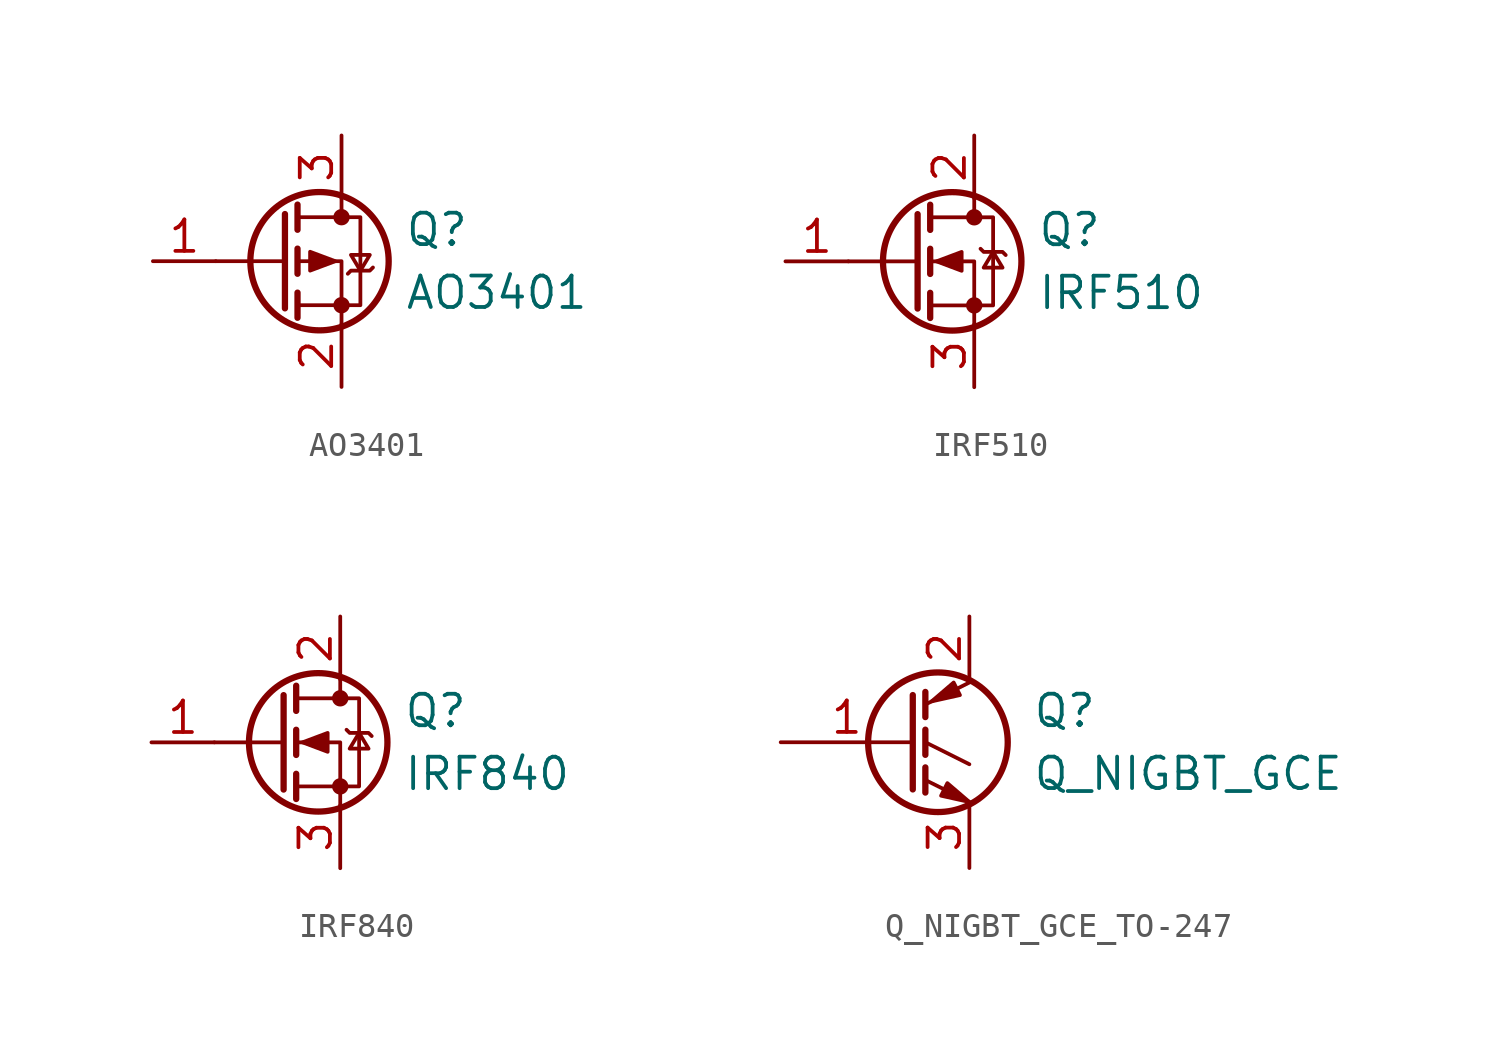
<source format=kicad_sym>
(kicad_symbol_lib
  (version 20220914)
  (generator kicad_symbol_editor)
  (symbol "AO3401"
    (pin_names
      (offset 0) hide)
    (property "Reference" "Q"
      (at 5.08 1.27 0)
      (effects (font (size 1.27 1.27)) (justify left)))
    (property "Value" "AO3401"
      (at 5.08 -1.27 0)
      (effects (font (size 1.27 1.27)) (justify left)))
    (symbol "AO3401_0_1"
      (polyline (pts (xy 0.254 0) (xy -2.54 0)) (stroke (width 0) (type default)) (fill (type none)))
      (polyline (pts (xy 0.254 1.905) (xy 0.254 -1.905)) (stroke (width 0.254) (type default)) (fill (type none)))
      (polyline (pts (xy 0.762 -1.27) (xy 0.762 -2.286)) (stroke (width 0.254) (type default)) (fill (type none)))
      (polyline (pts (xy 0.762 0.508) (xy 0.762 -0.508)) (stroke (width 0.254) (type default)) (fill (type none)))
      (polyline (pts (xy 0.762 2.286) (xy 0.762 1.27)) (stroke (width 0.254) (type default)) (fill (type none)))
      (polyline (pts (xy 2.54 2.54) (xy 2.54 1.778)) (stroke (width 0) (type default)) (fill (type none)))
      (polyline (pts (xy 2.54 -2.54) (xy 2.54 0) (xy 0.762 0)) (stroke (width 0) (type default)) (fill (type none)))
      (polyline (pts (xy 0.762 1.778) (xy 3.302 1.778) (xy 3.302 -1.778) (xy 0.762 -1.778)) (stroke (width 0) (type default)) (fill (type none)))
      (polyline (pts (xy 2.286 0) (xy 1.27 0.381) (xy 1.27 -0.381) (xy 2.286 0)) (stroke (width 0) (type default)) (fill (type outline)))
      (polyline (pts (xy 2.794 -0.508) (xy 2.921 -0.381) (xy 3.683 -0.381) (xy 3.81 -0.254)) (stroke (width 0) (type default)) (fill (type none)))
      (polyline (pts (xy 3.302 -0.381) (xy 2.921 0.254) (xy 3.683 0.254) (xy 3.302 -0.381)) (stroke (width 0) (type default)) (fill (type none)))
      (circle (center 1.651 0) (radius 2.794) (stroke (width 0.254) (type default)) (fill (type none)))
      (circle (center 2.54 -1.778) (radius 0.254) (stroke (width 0) (type default)) (fill (type outline)))
      (circle (center 2.54 1.778) (radius 0.254) (stroke (width 0) (type default)) (fill (type outline))))
    (symbol "AO3401_1_1"
      (pin input line (at -5.08 0 0) (length 2.54) (name "G" (effects (font (size 1.27 1.27)))) (number "1" (effects (font (size 1.27 1.27)))))
      (pin passive line (at 2.54 -5.08 90) (length 2.54) (name "S" (effects (font (size 1.27 1.27)))) (number "2" (effects (font (size 1.27 1.27)))))
      (pin passive line (at 2.54 5.08 270) (length 2.54) (name "D" (effects (font (size 1.27 1.27)))) (number "3" (effects (font (size 1.27 1.27)))))))
  (symbol "IRF510"
    (pin_names
      (offset 0) hide)
    (property "Reference" "Q"
      (at 5.08 1.27 0)
      (effects (font (size 1.27 1.27)) (justify left)))
    (property "Value" "IRF510"
      (at 5.08 -1.27 0)
      (effects (font (size 1.27 1.27)) (justify left)))
    (symbol "IRF510_0_1"
      (polyline (pts (xy 0.254 0) (xy -2.54 0)) (stroke (width 0) (type default)) (fill (type none)))
      (polyline (pts (xy 0.254 1.905) (xy 0.254 -1.905)) (stroke (width 0.254) (type default)) (fill (type none)))
      (polyline (pts (xy 0.762 -1.27) (xy 0.762 -2.286)) (stroke (width 0.254) (type default)) (fill (type none)))
      (polyline (pts (xy 0.762 0.508) (xy 0.762 -0.508)) (stroke (width 0.254) (type default)) (fill (type none)))
      (polyline (pts (xy 0.762 2.286) (xy 0.762 1.27)) (stroke (width 0.254) (type default)) (fill (type none)))
      (polyline (pts (xy 2.54 2.54) (xy 2.54 1.778)) (stroke (width 0) (type default)) (fill (type none)))
      (polyline (pts (xy 2.54 -2.54) (xy 2.54 0) (xy 0.762 0)) (stroke (width 0) (type default)) (fill (type none)))
      (polyline (pts (xy 0.762 -1.778) (xy 3.302 -1.778) (xy 3.302 1.778) (xy 0.762 1.778)) (stroke (width 0) (type default)) (fill (type none)))
      (polyline (pts (xy 1.016 0) (xy 2.032 0.381) (xy 2.032 -0.381) (xy 1.016 0)) (stroke (width 0) (type default)) (fill (type outline)))
      (polyline (pts (xy 2.794 0.508) (xy 2.921 0.381) (xy 3.683 0.381) (xy 3.81 0.254)) (stroke (width 0) (type default)) (fill (type none)))
      (polyline (pts (xy 3.302 0.381) (xy 2.921 -0.254) (xy 3.683 -0.254) (xy 3.302 0.381)) (stroke (width 0) (type default)) (fill (type none)))
      (circle (center 1.651 0) (radius 2.794) (stroke (width 0.254) (type default)) (fill (type none)))
      (circle (center 2.54 -1.778) (radius 0.254) (stroke (width 0) (type default)) (fill (type outline)))
      (circle (center 2.54 1.778) (radius 0.254) (stroke (width 0) (type default)) (fill (type outline))))
    (symbol "IRF510_1_1"
      (pin input line (at -5.08 0 0) (length 2.54) (name "G" (effects (font (size 1.27 1.27)))) (number "1" (effects (font (size 1.27 1.27)))))
      (pin passive line (at 2.54 5.08 270) (length 2.54) (name "D" (effects (font (size 1.27 1.27)))) (number "2" (effects (font (size 1.27 1.27)))))
      (pin passive line (at 2.54 -5.08 90) (length 2.54) (name "S" (effects (font (size 1.27 1.27)))) (number "3" (effects (font (size 1.27 1.27)))))))
  (symbol "IRF840"
    (pin_names
      (offset 0) hide)
    (property "Reference" "Q"
      (at 5.08 1.27 0)
      (effects (font (size 1.27 1.27)) (justify left)))
    (property "Value" "IRF840"
      (at 5.08 -1.27 0)
      (effects (font (size 1.27 1.27)) (justify left)))
    (symbol "IRF840_0_1"
      (polyline (pts (xy 0.254 0) (xy -2.54 0)) (stroke (width 0) (type default)) (fill (type none)))
      (polyline (pts (xy 0.254 1.905) (xy 0.254 -1.905)) (stroke (width 0.254) (type default)) (fill (type none)))
      (polyline (pts (xy 0.762 -1.27) (xy 0.762 -2.286)) (stroke (width 0.254) (type default)) (fill (type none)))
      (polyline (pts (xy 0.762 0.508) (xy 0.762 -0.508)) (stroke (width 0.254) (type default)) (fill (type none)))
      (polyline (pts (xy 0.762 2.286) (xy 0.762 1.27)) (stroke (width 0.254) (type default)) (fill (type none)))
      (polyline (pts (xy 2.54 2.54) (xy 2.54 1.778)) (stroke (width 0) (type default)) (fill (type none)))
      (polyline (pts (xy 2.54 -2.54) (xy 2.54 0) (xy 0.762 0)) (stroke (width 0) (type default)) (fill (type none)))
      (polyline (pts (xy 0.762 -1.778) (xy 3.302 -1.778) (xy 3.302 1.778) (xy 0.762 1.778)) (stroke (width 0) (type default)) (fill (type none)))
      (polyline (pts (xy 1.016 0) (xy 2.032 0.381) (xy 2.032 -0.381) (xy 1.016 0)) (stroke (width 0) (type default)) (fill (type outline)))
      (polyline (pts (xy 2.794 0.508) (xy 2.921 0.381) (xy 3.683 0.381) (xy 3.81 0.254)) (stroke (width 0) (type default)) (fill (type none)))
      (polyline (pts (xy 3.302 0.381) (xy 2.921 -0.254) (xy 3.683 -0.254) (xy 3.302 0.381)) (stroke (width 0) (type default)) (fill (type none)))
      (circle (center 1.651 0) (radius 2.794) (stroke (width 0.254) (type default)) (fill (type none)))
      (circle (center 2.54 -1.778) (radius 0.254) (stroke (width 0) (type default)) (fill (type outline)))
      (circle (center 2.54 1.778) (radius 0.254) (stroke (width 0) (type default)) (fill (type outline))))
    (symbol "IRF840_1_1"
      (pin input line (at -5.08 0 0) (length 2.54) (name "G" (effects (font (size 1.27 1.27)))) (number "1" (effects (font (size 1.27 1.27)))))
      (pin passive line (at 2.54 5.08 270) (length 2.54) (name "D" (effects (font (size 1.27 1.27)))) (number "2" (effects (font (size 1.27 1.27)))))
      (pin passive line (at 2.54 -5.08 90) (length 2.54) (name "S" (effects (font (size 1.27 1.27)))) (number "3" (effects (font (size 1.27 1.27)))))))
  (symbol "Q_NIGBT_GCE_TO-247"
    (pin_names
      (offset 0) hide)
    (property "Reference" "Q"
      (at 5.08 1.27 0)
      (effects (font (size 1.27 1.27)) (justify left)))
    (property "Value" "Q_NIGBT_GCE"
      (at 5.08 -1.27 0)
      (effects (font (size 1.27 1.27)) (justify left)))
    (symbol "Q_NIGBT_GCE_TO-247_0_1"
      (polyline (pts (xy 0.762 -1.016) (xy 0.762 -2.032)) (stroke (width 0.254) (type default)) (fill (type none)))
      (polyline (pts (xy 0.762 0.508) (xy 0.762 -0.508)) (stroke (width 0.254) (type default)) (fill (type none)))
      (polyline (pts (xy 0.762 2.032) (xy 0.762 1.016)) (stroke (width 0.254) (type default)) (fill (type none)))
      (polyline (pts (xy 2.54 -2.413) (xy 0.762 -1.524)) (stroke (width 0) (type default)) (fill (type none)))
      (polyline (pts (xy 2.54 -0.889) (xy 0.762 0)) (stroke (width 0) (type default)) (fill (type none)))
      (polyline (pts (xy 2.54 2.413) (xy 0.762 1.524)) (stroke (width 0) (type default)) (fill (type none)))
      (polyline (pts (xy 0.254 1.905) (xy 0.254 -1.905) (xy 0.254 -1.905)) (stroke (width 0.254) (type default)) (fill (type none)))
      (polyline (pts (xy 1.397 -2.159) (xy 1.651 -1.651) (xy 2.54 -2.413) (xy 1.397 -2.159)) (stroke (width 0) (type default)) (fill (type outline)))
      (polyline (pts (xy 2.159 1.905) (xy 1.905 2.413) (xy 1.016 1.651) (xy 2.159 1.905)) (stroke (width 0) (type default)) (fill (type outline)))
      (circle (center 1.27 0) (radius 2.819) (stroke (width 0.254) (type default)) (fill (type none))))
    (symbol "Q_NIGBT_GCE_TO-247_1_1"
      (pin input line (at -5.08 0 0) (length 5.334) (name "G" (effects (font (size 1.27 1.27)))) (number "1" (effects (font (size 1.27 1.27)))))
      (pin passive line (at 2.54 5.08 270) (length 2.54) (name "C" (effects (font (size 1.27 1.27)))) (number "2" (effects (font (size 1.27 1.27)))))
      (pin passive line (at 2.54 -5.08 90) (length 2.54) (name "E" (effects (font (size 1.27 1.27)))) (number "3" (effects (font (size 1.27 1.27))))))))
</source>
